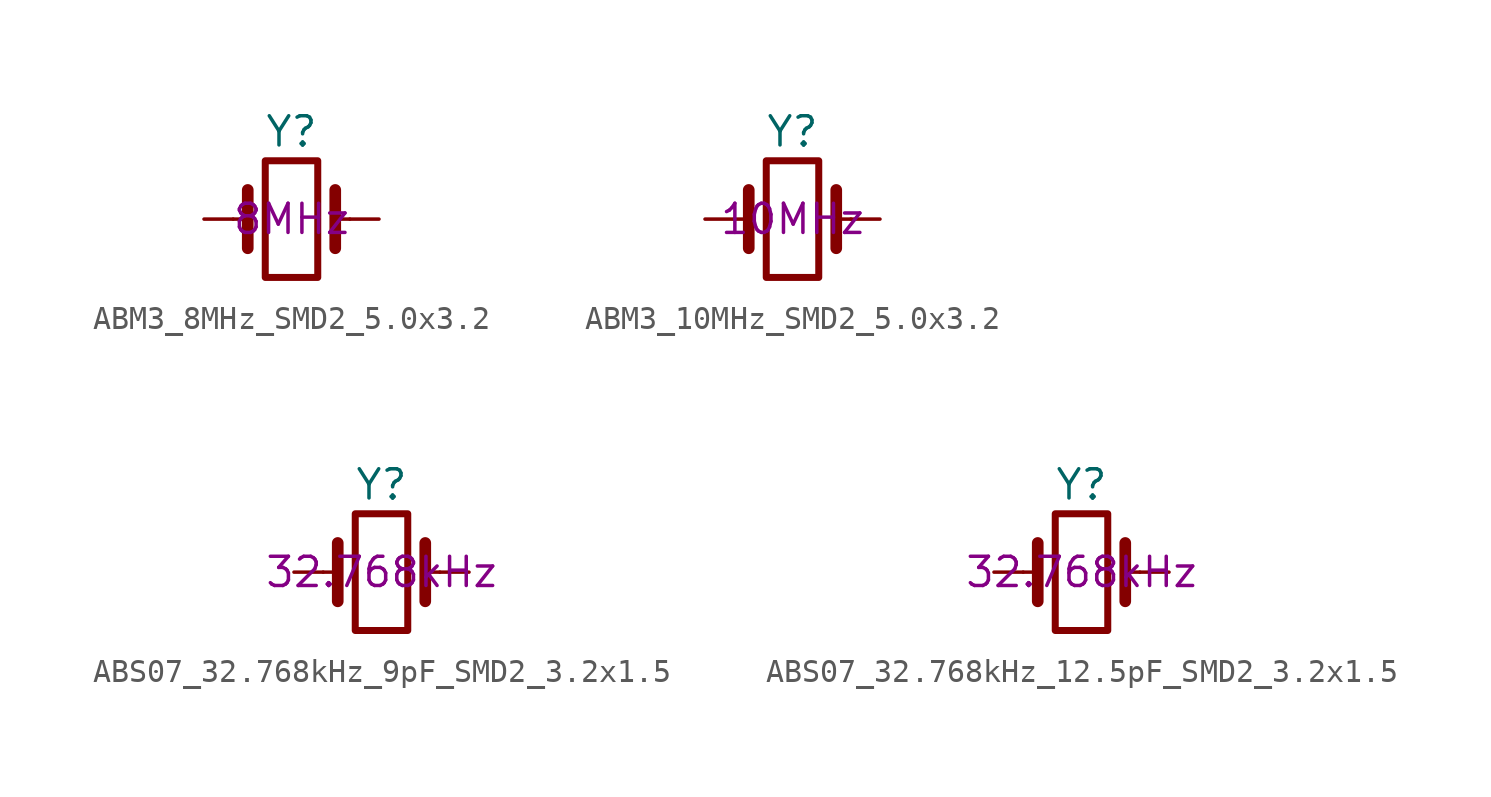
<source format=kicad_sym>
(kicad_symbol_lib
  (version 20211014)
  (generator kicad_symbol_editor)
  (symbol "ABM3_8MHz_SMD2_5.0x3.2"
    (pin_numbers hide)
    (pin_names
      (offset 1.016) hide)
    (property "Reference" "Y"
      (at 0 3.81 0)
      (effects (font (size 1.27 1.27))))
    (property "Frequency" "8MHz"
      (at 0 0 0)
      (effects (font (size 1.27 1.27))))
    (symbol "ABM3_8MHz_SMD2_5.0x3.2_0_1"
      (rectangle (start -1.143 2.54) (end 1.143 -2.54) (stroke (width 0.305) (type default) (color 0 0 0 0)) (fill (type none)))
      (polyline (pts (xy -2.54 0) (xy -1.905 0)) (stroke (width 0) (type default) (color 0 0 0 0)) (fill (type none)))
      (polyline (pts (xy -1.905 -1.27) (xy -1.905 1.27)) (stroke (width 0.508) (type default) (color 0 0 0 0)) (fill (type none)))
      (polyline (pts (xy 1.905 -1.27) (xy 1.905 1.27)) (stroke (width 0.508) (type default) (color 0 0 0 0)) (fill (type none)))
      (polyline (pts (xy 2.54 0) (xy 1.905 0)) (stroke (width 0) (type default) (color 0 0 0 0)) (fill (type none))))
    (symbol "ABM3_8MHz_SMD2_5.0x3.2_1_1"
      (pin passive line (at -3.81 0 0) (length 1.27) (name "1" (effects (font (size 1.27 1.27)))) (number "1" (effects (font (size 1.27 1.27)))))
      (pin passive line (at 3.81 0 180) (length 1.27) (name "2" (effects (font (size 1.27 1.27)))) (number "2" (effects (font (size 1.27 1.27)))))))
  (symbol "ABM3_10MHz_SMD2_5.0x3.2"
    (pin_numbers hide)
    (pin_names
      (offset 1.016) hide)
    (property "Reference" "Y"
      (at 0 3.81 0)
      (effects (font (size 1.27 1.27))))
    (property "Frequency" "10MHz"
      (at 0 0 0)
      (effects (font (size 1.27 1.27))))
    (symbol "ABM3_10MHz_SMD2_5.0x3.2_0_1"
      (rectangle (start -1.143 2.54) (end 1.143 -2.54) (stroke (width 0.305) (type default) (color 0 0 0 0)) (fill (type none)))
      (polyline (pts (xy -2.54 0) (xy -1.905 0)) (stroke (width 0) (type default) (color 0 0 0 0)) (fill (type none)))
      (polyline (pts (xy -1.905 -1.27) (xy -1.905 1.27)) (stroke (width 0.508) (type default) (color 0 0 0 0)) (fill (type none)))
      (polyline (pts (xy 1.905 -1.27) (xy 1.905 1.27)) (stroke (width 0.508) (type default) (color 0 0 0 0)) (fill (type none)))
      (polyline (pts (xy 2.54 0) (xy 1.905 0)) (stroke (width 0) (type default) (color 0 0 0 0)) (fill (type none))))
    (symbol "ABM3_10MHz_SMD2_5.0x3.2_1_1"
      (pin passive line (at -3.81 0 0) (length 1.27) (name "1" (effects (font (size 1.27 1.27)))) (number "1" (effects (font (size 1.27 1.27)))))
      (pin passive line (at 3.81 0 180) (length 1.27) (name "2" (effects (font (size 1.27 1.27)))) (number "2" (effects (font (size 1.27 1.27)))))))
  (symbol "ABS07_32.768kHz_9pF_SMD2_3.2x1.5"
    (pin_numbers hide)
    (pin_names
      (offset 1.016) hide)
    (property "Reference" "Y"
      (at 0 3.81 0)
      (effects (font (size 1.27 1.27))))
    (property "Frequency" "32.768kHz"
      (at 0 0 0)
      (effects (font (size 1.27 1.27))))
    (symbol "ABS07_32.768kHz_9pF_SMD2_3.2x1.5_0_1"
      (rectangle (start -1.143 2.54) (end 1.143 -2.54) (stroke (width 0.305) (type default) (color 0 0 0 0)) (fill (type none)))
      (polyline (pts (xy -2.54 0) (xy -1.905 0)) (stroke (width 0) (type default) (color 0 0 0 0)) (fill (type none)))
      (polyline (pts (xy -1.905 -1.27) (xy -1.905 1.27)) (stroke (width 0.508) (type default) (color 0 0 0 0)) (fill (type none)))
      (polyline (pts (xy 1.905 -1.27) (xy 1.905 1.27)) (stroke (width 0.508) (type default) (color 0 0 0 0)) (fill (type none)))
      (polyline (pts (xy 2.54 0) (xy 1.905 0)) (stroke (width 0) (type default) (color 0 0 0 0)) (fill (type none))))
    (symbol "ABS07_32.768kHz_9pF_SMD2_3.2x1.5_1_1"
      (pin passive line (at -3.81 0 0) (length 1.27) (name "1" (effects (font (size 1.27 1.27)))) (number "1" (effects (font (size 1.27 1.27)))))
      (pin passive line (at 3.81 0 180) (length 1.27) (name "2" (effects (font (size 1.27 1.27)))) (number "2" (effects (font (size 1.27 1.27)))))))
  (symbol "ABS07_32.768kHz_12.5pF_SMD2_3.2x1.5"
    (pin_numbers hide)
    (pin_names
      (offset 1.016) hide)
    (property "Reference" "Y"
      (at 0 3.81 0)
      (effects (font (size 1.27 1.27))))
    (property "Frequency" "32.768kHz"
      (at 0 0 0)
      (effects (font (size 1.27 1.27))))
    (symbol "ABS07_32.768kHz_12.5pF_SMD2_3.2x1.5_0_1"
      (rectangle (start -1.143 2.54) (end 1.143 -2.54) (stroke (width 0.305) (type default) (color 0 0 0 0)) (fill (type none)))
      (polyline (pts (xy -2.54 0) (xy -1.905 0)) (stroke (width 0) (type default) (color 0 0 0 0)) (fill (type none)))
      (polyline (pts (xy -1.905 -1.27) (xy -1.905 1.27)) (stroke (width 0.508) (type default) (color 0 0 0 0)) (fill (type none)))
      (polyline (pts (xy 1.905 -1.27) (xy 1.905 1.27)) (stroke (width 0.508) (type default) (color 0 0 0 0)) (fill (type none)))
      (polyline (pts (xy 2.54 0) (xy 1.905 0)) (stroke (width 0) (type default) (color 0 0 0 0)) (fill (type none))))
    (symbol "ABS07_32.768kHz_12.5pF_SMD2_3.2x1.5_1_1"
      (pin passive line (at -3.81 0 0) (length 1.27) (name "1" (effects (font (size 1.27 1.27)))) (number "1" (effects (font (size 1.27 1.27)))))
      (pin passive line (at 3.81 0 180) (length 1.27) (name "2" (effects (font (size 1.27 1.27)))) (number "2" (effects (font (size 1.27 1.27))))))))
</source>
